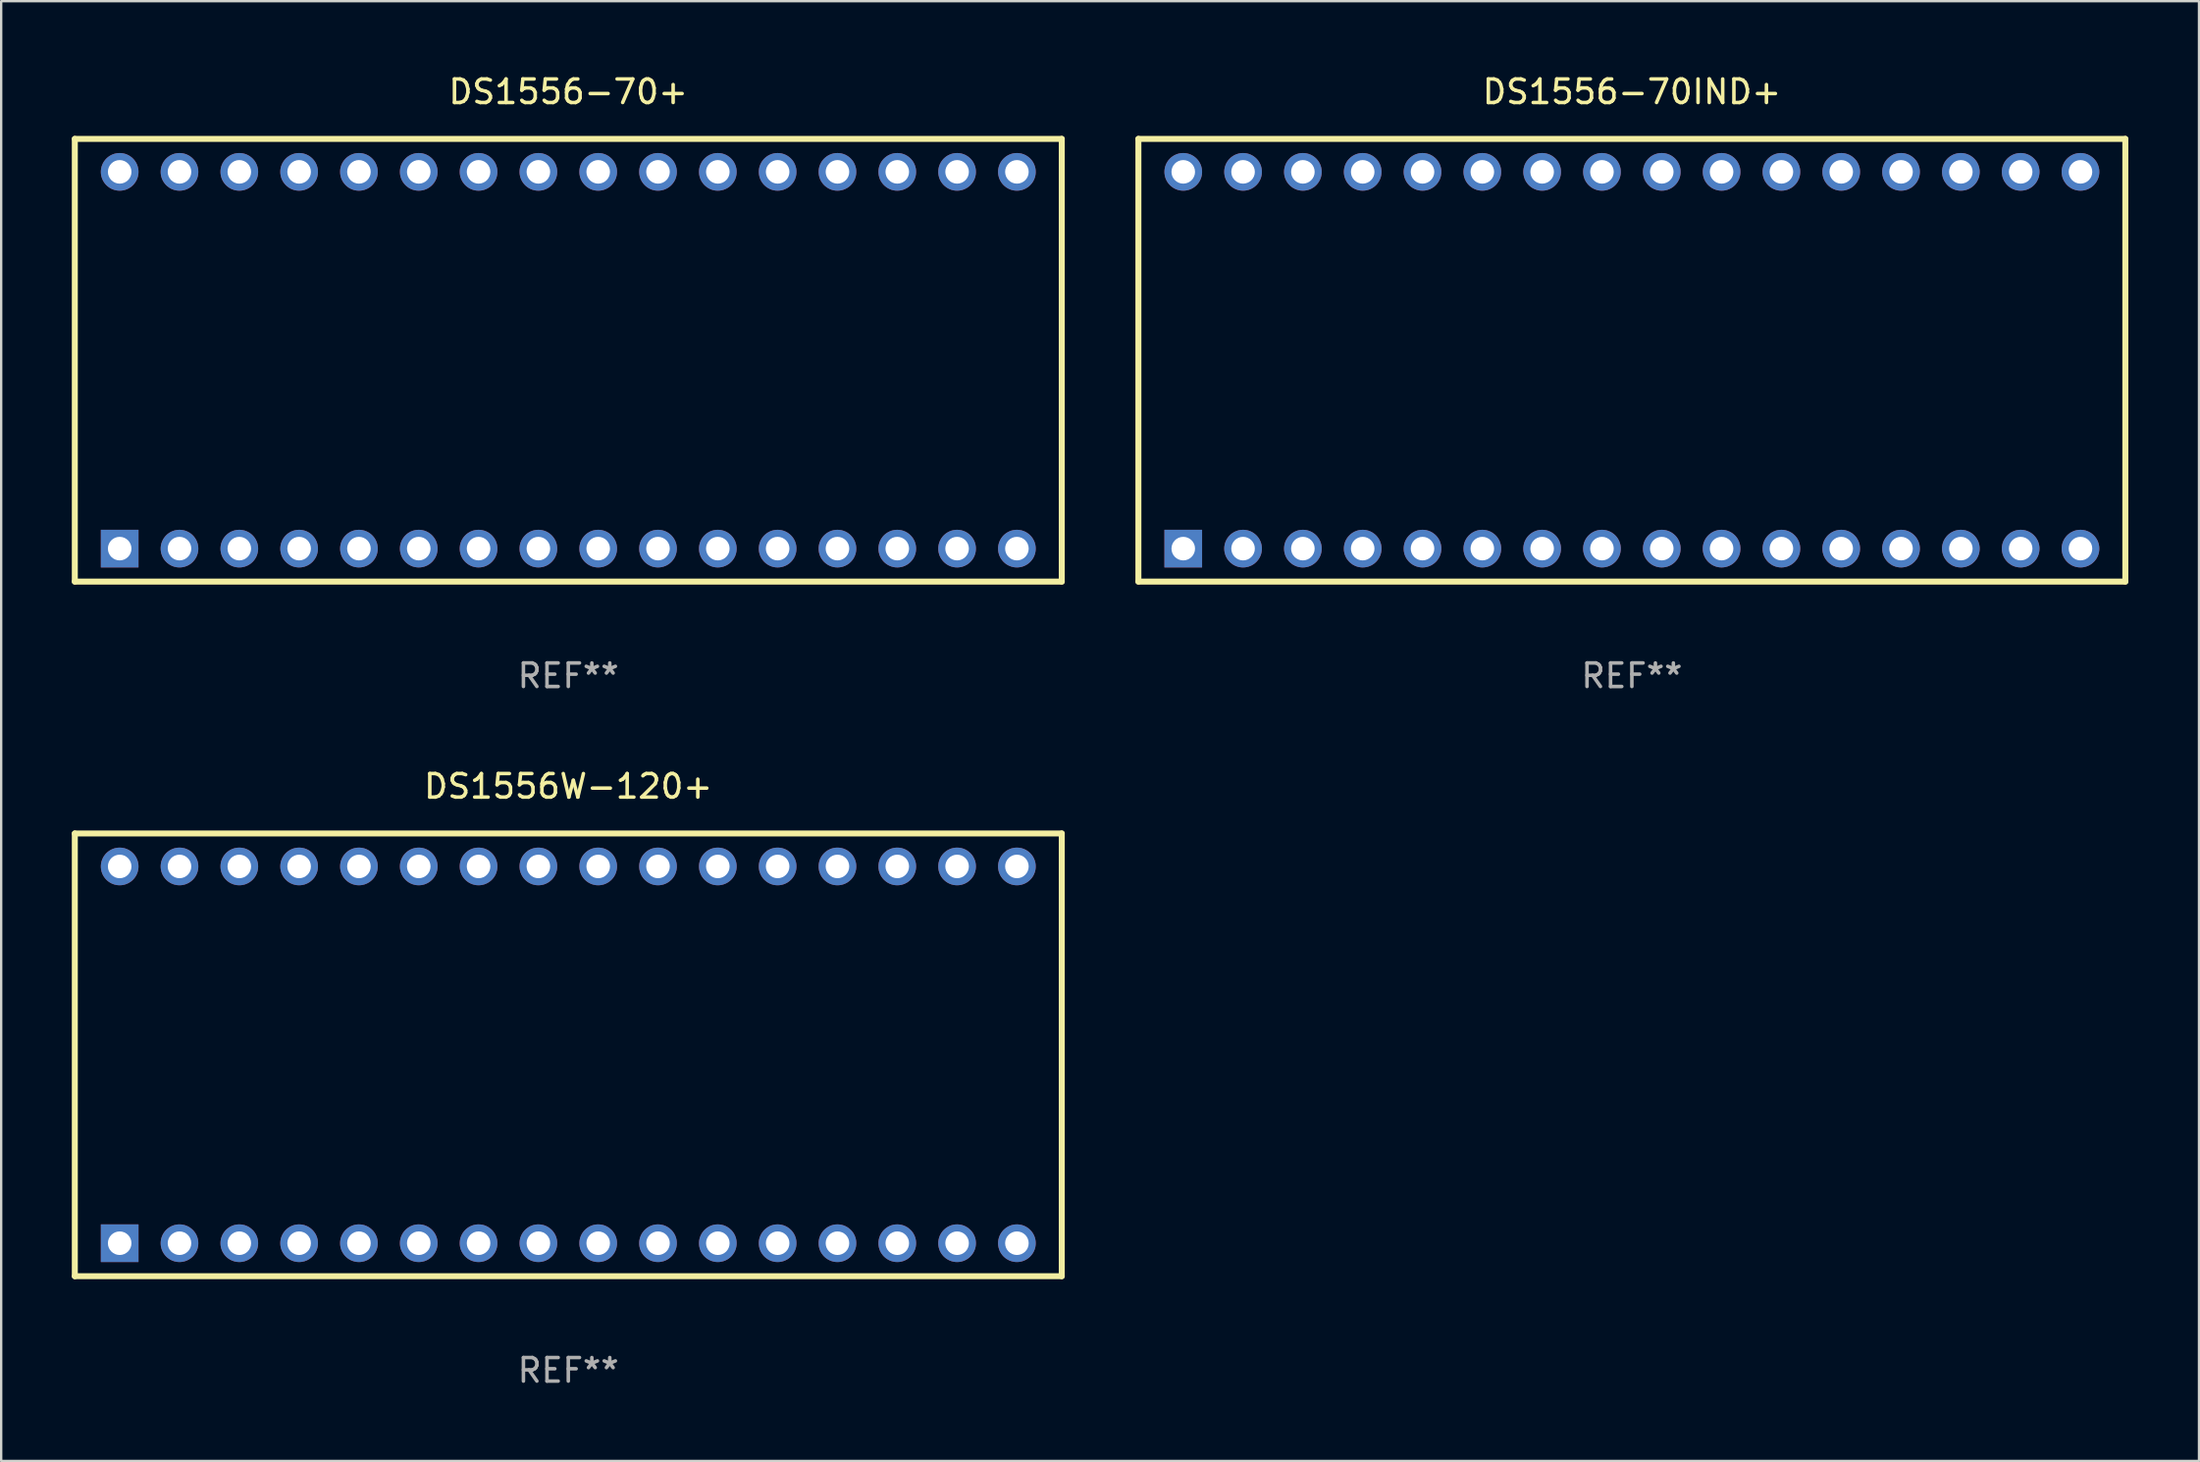
<source format=kicad_pcb>
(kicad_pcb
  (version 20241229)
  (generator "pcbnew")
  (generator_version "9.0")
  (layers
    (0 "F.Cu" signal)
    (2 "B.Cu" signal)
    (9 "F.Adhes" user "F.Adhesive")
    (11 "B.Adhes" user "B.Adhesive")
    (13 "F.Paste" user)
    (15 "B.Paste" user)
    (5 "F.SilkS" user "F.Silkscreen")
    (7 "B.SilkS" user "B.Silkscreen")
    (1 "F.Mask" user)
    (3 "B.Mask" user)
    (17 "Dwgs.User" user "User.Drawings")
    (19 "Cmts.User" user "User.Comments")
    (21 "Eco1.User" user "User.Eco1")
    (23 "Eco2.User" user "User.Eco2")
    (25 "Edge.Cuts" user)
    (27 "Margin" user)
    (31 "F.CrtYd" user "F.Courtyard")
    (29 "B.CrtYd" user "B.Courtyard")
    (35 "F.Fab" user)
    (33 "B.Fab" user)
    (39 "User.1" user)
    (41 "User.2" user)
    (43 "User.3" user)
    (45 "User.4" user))
  (footprint "DS1556-70IND+"
    (layer "F.Cu")
    (at 66.246 12.248)
    (property "Reference" "DS1556-70IND+" (at 0 -11.4 0) (layer "F.SilkS") (effects (font (size 1 1) (thickness 0.15))))
    (attr through_hole)
    (fp_line (start -20.955 -9.4) (end -20.955 9.4) (stroke (width 0.254) (type solid)) (layer "F.SilkS"))
    (fp_line (start -20.955 -9.4) (end 20.955 -9.4) (stroke (width 0.254) (type solid)) (layer "F.SilkS"))
    (fp_line (start -20.955 9.4) (end 20.955 9.4) (stroke (width 0.254) (type solid)) (layer "F.SilkS"))
    (fp_line (start 20.955 -9.4) (end 20.955 9.4) (stroke (width 0.254) (type solid)) (layer "F.SilkS"))
    (fp_text user "REF**" (at 0 13.4 0) (layer "F.Fab") (effects (font (size 1 1) (thickness 0.15))))
    (pad "1" thru_hole rect (at -19.05 8) (size 1.6 1.6) (drill 1) (layers "*.Cu" "*.Mask"))
    (pad "2" thru_hole circle (at -16.51 8) (size 1.6 1.6) (drill 1) (layers "*.Cu" "*.Mask"))
    (pad "3" thru_hole circle (at -13.97 8) (size 1.6 1.6) (drill 1) (layers "*.Cu" "*.Mask"))
    (pad "4" thru_hole circle (at -11.43 8) (size 1.6 1.6) (drill 1) (layers "*.Cu" "*.Mask"))
    (pad "5" thru_hole circle (at -8.89 8) (size 1.6 1.6) (drill 1) (layers "*.Cu" "*.Mask"))
    (pad "6" thru_hole circle (at -6.35 8) (size 1.6 1.6) (drill 1) (layers "*.Cu" "*.Mask"))
    (pad "7" thru_hole circle (at -3.81 8) (size 1.6 1.6) (drill 1) (layers "*.Cu" "*.Mask"))
    (pad "8" thru_hole circle (at -1.27 8) (size 1.6 1.6) (drill 1) (layers "*.Cu" "*.Mask"))
    (pad "9" thru_hole circle (at 1.27 8) (size 1.6 1.6) (drill 1) (layers "*.Cu" "*.Mask"))
    (pad "10" thru_hole circle (at 3.81 8) (size 1.6 1.6) (drill 1) (layers "*.Cu" "*.Mask"))
    (pad "11" thru_hole circle (at 6.35 8) (size 1.6 1.6) (drill 1) (layers "*.Cu" "*.Mask"))
    (pad "12" thru_hole circle (at 8.89 8) (size 1.6 1.6) (drill 1) (layers "*.Cu" "*.Mask"))
    (pad "13" thru_hole circle (at 11.43 8) (size 1.6 1.6) (drill 1) (layers "*.Cu" "*.Mask"))
    (pad "14" thru_hole circle (at 13.97 8) (size 1.6 1.6) (drill 1) (layers "*.Cu" "*.Mask"))
    (pad "15" thru_hole circle (at 16.51 8) (size 1.6 1.6) (drill 1) (layers "*.Cu" "*.Mask"))
    (pad "16" thru_hole circle (at 19.05 8) (size 1.6 1.6) (drill 1) (layers "*.Cu" "*.Mask"))
    (pad "17" thru_hole circle (at 19.05 -8) (size 1.6 1.6) (drill 1) (layers "*.Cu" "*.Mask"))
    (pad "18" thru_hole circle (at 16.51 -8) (size 1.6 1.6) (drill 1) (layers "*.Cu" "*.Mask"))
    (pad "19" thru_hole circle (at 13.97 -8) (size 1.6 1.6) (drill 1) (layers "*.Cu" "*.Mask"))
    (pad "20" thru_hole circle (at 11.43 -8) (size 1.6 1.6) (drill 1) (layers "*.Cu" "*.Mask"))
    (pad "21" thru_hole circle (at 8.89 -8) (size 1.6 1.6) (drill 1) (layers "*.Cu" "*.Mask"))
    (pad "22" thru_hole circle (at 6.35 -8) (size 1.6 1.6) (drill 1) (layers "*.Cu" "*.Mask"))
    (pad "23" thru_hole circle (at 3.81 -8) (size 1.6 1.6) (drill 1) (layers "*.Cu" "*.Mask"))
    (pad "24" thru_hole circle (at 1.27 -8) (size 1.6 1.6) (drill 1) (layers "*.Cu" "*.Mask"))
    (pad "25" thru_hole circle (at -1.27 -8) (size 1.6 1.6) (drill 1) (layers "*.Cu" "*.Mask"))
    (pad "26" thru_hole circle (at -3.81 -8) (size 1.6 1.6) (drill 1) (layers "*.Cu" "*.Mask"))
    (pad "27" thru_hole circle (at -6.35 -8) (size 1.6 1.6) (drill 1) (layers "*.Cu" "*.Mask"))
    (pad "28" thru_hole circle (at -8.89 -8) (size 1.6 1.6) (drill 1) (layers "*.Cu" "*.Mask"))
    (pad "29" thru_hole circle (at -11.43 -8) (size 1.6 1.6) (drill 1) (layers "*.Cu" "*.Mask"))
    (pad "30" thru_hole circle (at -13.97 -8) (size 1.6 1.6) (drill 1) (layers "*.Cu" "*.Mask"))
    (pad "31" thru_hole circle (at -16.51 -8) (size 1.6 1.6) (drill 1) (layers "*.Cu" "*.Mask"))
    (pad "32" thru_hole circle (at -19.05 -8) (size 1.6 1.6) (drill 1) (layers "*.Cu" "*.Mask")))
  (footprint "DS1556W-120+"
    (layer "F.Cu")
    (at 21.082 41.745)
    (property "Reference" "DS1556W-120+" (at 0 -11.4 0) (layer "F.SilkS") (effects (font (size 1 1) (thickness 0.15))))
    (attr through_hole)
    (fp_line (start -20.955 -9.4) (end -20.955 9.4) (stroke (width 0.254) (type solid)) (layer "F.SilkS"))
    (fp_line (start -20.955 -9.4) (end 20.955 -9.4) (stroke (width 0.254) (type solid)) (layer "F.SilkS"))
    (fp_line (start -20.955 9.4) (end 20.955 9.4) (stroke (width 0.254) (type solid)) (layer "F.SilkS"))
    (fp_line (start 20.955 -9.4) (end 20.955 9.4) (stroke (width 0.254) (type solid)) (layer "F.SilkS"))
    (fp_text user "REF**" (at 0 13.4 0) (layer "F.Fab") (effects (font (size 1 1) (thickness 0.15))))
    (pad "1" thru_hole rect (at -19.05 8) (size 1.6 1.6) (drill 1) (layers "*.Cu" "*.Mask"))
    (pad "2" thru_hole circle (at -16.51 8) (size 1.6 1.6) (drill 1) (layers "*.Cu" "*.Mask"))
    (pad "3" thru_hole circle (at -13.97 8) (size 1.6 1.6) (drill 1) (layers "*.Cu" "*.Mask"))
    (pad "4" thru_hole circle (at -11.43 8) (size 1.6 1.6) (drill 1) (layers "*.Cu" "*.Mask"))
    (pad "5" thru_hole circle (at -8.89 8) (size 1.6 1.6) (drill 1) (layers "*.Cu" "*.Mask"))
    (pad "6" thru_hole circle (at -6.35 8) (size 1.6 1.6) (drill 1) (layers "*.Cu" "*.Mask"))
    (pad "7" thru_hole circle (at -3.81 8) (size 1.6 1.6) (drill 1) (layers "*.Cu" "*.Mask"))
    (pad "8" thru_hole circle (at -1.27 8) (size 1.6 1.6) (drill 1) (layers "*.Cu" "*.Mask"))
    (pad "9" thru_hole circle (at 1.27 8) (size 1.6 1.6) (drill 1) (layers "*.Cu" "*.Mask"))
    (pad "10" thru_hole circle (at 3.81 8) (size 1.6 1.6) (drill 1) (layers "*.Cu" "*.Mask"))
    (pad "11" thru_hole circle (at 6.35 8) (size 1.6 1.6) (drill 1) (layers "*.Cu" "*.Mask"))
    (pad "12" thru_hole circle (at 8.89 8) (size 1.6 1.6) (drill 1) (layers "*.Cu" "*.Mask"))
    (pad "13" thru_hole circle (at 11.43 8) (size 1.6 1.6) (drill 1) (layers "*.Cu" "*.Mask"))
    (pad "14" thru_hole circle (at 13.97 8) (size 1.6 1.6) (drill 1) (layers "*.Cu" "*.Mask"))
    (pad "15" thru_hole circle (at 16.51 8) (size 1.6 1.6) (drill 1) (layers "*.Cu" "*.Mask"))
    (pad "16" thru_hole circle (at 19.05 8) (size 1.6 1.6) (drill 1) (layers "*.Cu" "*.Mask"))
    (pad "17" thru_hole circle (at 19.05 -8) (size 1.6 1.6) (drill 1) (layers "*.Cu" "*.Mask"))
    (pad "18" thru_hole circle (at 16.51 -8) (size 1.6 1.6) (drill 1) (layers "*.Cu" "*.Mask"))
    (pad "19" thru_hole circle (at 13.97 -8) (size 1.6 1.6) (drill 1) (layers "*.Cu" "*.Mask"))
    (pad "20" thru_hole circle (at 11.43 -8) (size 1.6 1.6) (drill 1) (layers "*.Cu" "*.Mask"))
    (pad "21" thru_hole circle (at 8.89 -8) (size 1.6 1.6) (drill 1) (layers "*.Cu" "*.Mask"))
    (pad "22" thru_hole circle (at 6.35 -8) (size 1.6 1.6) (drill 1) (layers "*.Cu" "*.Mask"))
    (pad "23" thru_hole circle (at 3.81 -8) (size 1.6 1.6) (drill 1) (layers "*.Cu" "*.Mask"))
    (pad "24" thru_hole circle (at 1.27 -8) (size 1.6 1.6) (drill 1) (layers "*.Cu" "*.Mask"))
    (pad "25" thru_hole circle (at -1.27 -8) (size 1.6 1.6) (drill 1) (layers "*.Cu" "*.Mask"))
    (pad "26" thru_hole circle (at -3.81 -8) (size 1.6 1.6) (drill 1) (layers "*.Cu" "*.Mask"))
    (pad "27" thru_hole circle (at -6.35 -8) (size 1.6 1.6) (drill 1) (layers "*.Cu" "*.Mask"))
    (pad "28" thru_hole circle (at -8.89 -8) (size 1.6 1.6) (drill 1) (layers "*.Cu" "*.Mask"))
    (pad "29" thru_hole circle (at -11.43 -8) (size 1.6 1.6) (drill 1) (layers "*.Cu" "*.Mask"))
    (pad "30" thru_hole circle (at -13.97 -8) (size 1.6 1.6) (drill 1) (layers "*.Cu" "*.Mask"))
    (pad "31" thru_hole circle (at -16.51 -8) (size 1.6 1.6) (drill 1) (layers "*.Cu" "*.Mask"))
    (pad "32" thru_hole circle (at -19.05 -8) (size 1.6 1.6) (drill 1) (layers "*.Cu" "*.Mask")))
  (footprint "DS1556-70+"
    (layer "F.Cu")
    (at 21.082 12.248)
    (property "Reference" "DS1556-70+" (at 0 -11.4 0) (layer "F.SilkS") (effects (font (size 1 1) (thickness 0.15))))
    (attr through_hole)
    (fp_line (start -20.955 -9.4) (end -20.955 9.4) (stroke (width 0.254) (type solid)) (layer "F.SilkS"))
    (fp_line (start -20.955 -9.4) (end 20.955 -9.4) (stroke (width 0.254) (type solid)) (layer "F.SilkS"))
    (fp_line (start -20.955 9.4) (end 20.955 9.4) (stroke (width 0.254) (type solid)) (layer "F.SilkS"))
    (fp_line (start 20.955 -9.4) (end 20.955 9.4) (stroke (width 0.254) (type solid)) (layer "F.SilkS"))
    (fp_text user "REF**" (at 0 13.4 0) (layer "F.Fab") (effects (font (size 1 1) (thickness 0.15))))
    (pad "1" thru_hole rect (at -19.05 8) (size 1.6 1.6) (drill 1) (layers "*.Cu" "*.Mask"))
    (pad "2" thru_hole circle (at -16.51 8) (size 1.6 1.6) (drill 1) (layers "*.Cu" "*.Mask"))
    (pad "3" thru_hole circle (at -13.97 8) (size 1.6 1.6) (drill 1) (layers "*.Cu" "*.Mask"))
    (pad "4" thru_hole circle (at -11.43 8) (size 1.6 1.6) (drill 1) (layers "*.Cu" "*.Mask"))
    (pad "5" thru_hole circle (at -8.89 8) (size 1.6 1.6) (drill 1) (layers "*.Cu" "*.Mask"))
    (pad "6" thru_hole circle (at -6.35 8) (size 1.6 1.6) (drill 1) (layers "*.Cu" "*.Mask"))
    (pad "7" thru_hole circle (at -3.81 8) (size 1.6 1.6) (drill 1) (layers "*.Cu" "*.Mask"))
    (pad "8" thru_hole circle (at -1.27 8) (size 1.6 1.6) (drill 1) (layers "*.Cu" "*.Mask"))
    (pad "9" thru_hole circle (at 1.27 8) (size 1.6 1.6) (drill 1) (layers "*.Cu" "*.Mask"))
    (pad "10" thru_hole circle (at 3.81 8) (size 1.6 1.6) (drill 1) (layers "*.Cu" "*.Mask"))
    (pad "11" thru_hole circle (at 6.35 8) (size 1.6 1.6) (drill 1) (layers "*.Cu" "*.Mask"))
    (pad "12" thru_hole circle (at 8.89 8) (size 1.6 1.6) (drill 1) (layers "*.Cu" "*.Mask"))
    (pad "13" thru_hole circle (at 11.43 8) (size 1.6 1.6) (drill 1) (layers "*.Cu" "*.Mask"))
    (pad "14" thru_hole circle (at 13.97 8) (size 1.6 1.6) (drill 1) (layers "*.Cu" "*.Mask"))
    (pad "15" thru_hole circle (at 16.51 8) (size 1.6 1.6) (drill 1) (layers "*.Cu" "*.Mask"))
    (pad "16" thru_hole circle (at 19.05 8) (size 1.6 1.6) (drill 1) (layers "*.Cu" "*.Mask"))
    (pad "17" thru_hole circle (at 19.05 -8) (size 1.6 1.6) (drill 1) (layers "*.Cu" "*.Mask"))
    (pad "18" thru_hole circle (at 16.51 -8) (size 1.6 1.6) (drill 1) (layers "*.Cu" "*.Mask"))
    (pad "19" thru_hole circle (at 13.97 -8) (size 1.6 1.6) (drill 1) (layers "*.Cu" "*.Mask"))
    (pad "20" thru_hole circle (at 11.43 -8) (size 1.6 1.6) (drill 1) (layers "*.Cu" "*.Mask"))
    (pad "21" thru_hole circle (at 8.89 -8) (size 1.6 1.6) (drill 1) (layers "*.Cu" "*.Mask"))
    (pad "22" thru_hole circle (at 6.35 -8) (size 1.6 1.6) (drill 1) (layers "*.Cu" "*.Mask"))
    (pad "23" thru_hole circle (at 3.81 -8) (size 1.6 1.6) (drill 1) (layers "*.Cu" "*.Mask"))
    (pad "24" thru_hole circle (at 1.27 -8) (size 1.6 1.6) (drill 1) (layers "*.Cu" "*.Mask"))
    (pad "25" thru_hole circle (at -1.27 -8) (size 1.6 1.6) (drill 1) (layers "*.Cu" "*.Mask"))
    (pad "26" thru_hole circle (at -3.81 -8) (size 1.6 1.6) (drill 1) (layers "*.Cu" "*.Mask"))
    (pad "27" thru_hole circle (at -6.35 -8) (size 1.6 1.6) (drill 1) (layers "*.Cu" "*.Mask"))
    (pad "28" thru_hole circle (at -8.89 -8) (size 1.6 1.6) (drill 1) (layers "*.Cu" "*.Mask"))
    (pad "29" thru_hole circle (at -11.43 -8) (size 1.6 1.6) (drill 1) (layers "*.Cu" "*.Mask"))
    (pad "30" thru_hole circle (at -13.97 -8) (size 1.6 1.6) (drill 1) (layers "*.Cu" "*.Mask"))
    (pad "31" thru_hole circle (at -16.51 -8) (size 1.6 1.6) (drill 1) (layers "*.Cu" "*.Mask"))
    (pad "32" thru_hole circle (at -19.05 -8) (size 1.6 1.6) (drill 1) (layers "*.Cu" "*.Mask")))
  (gr_rect
    (start -3 -3)
    (end 90.328 58.993)
    (stroke (width 0.1) (type default))
    (fill no)
    (layer "Edge.Cuts")))
</source>
